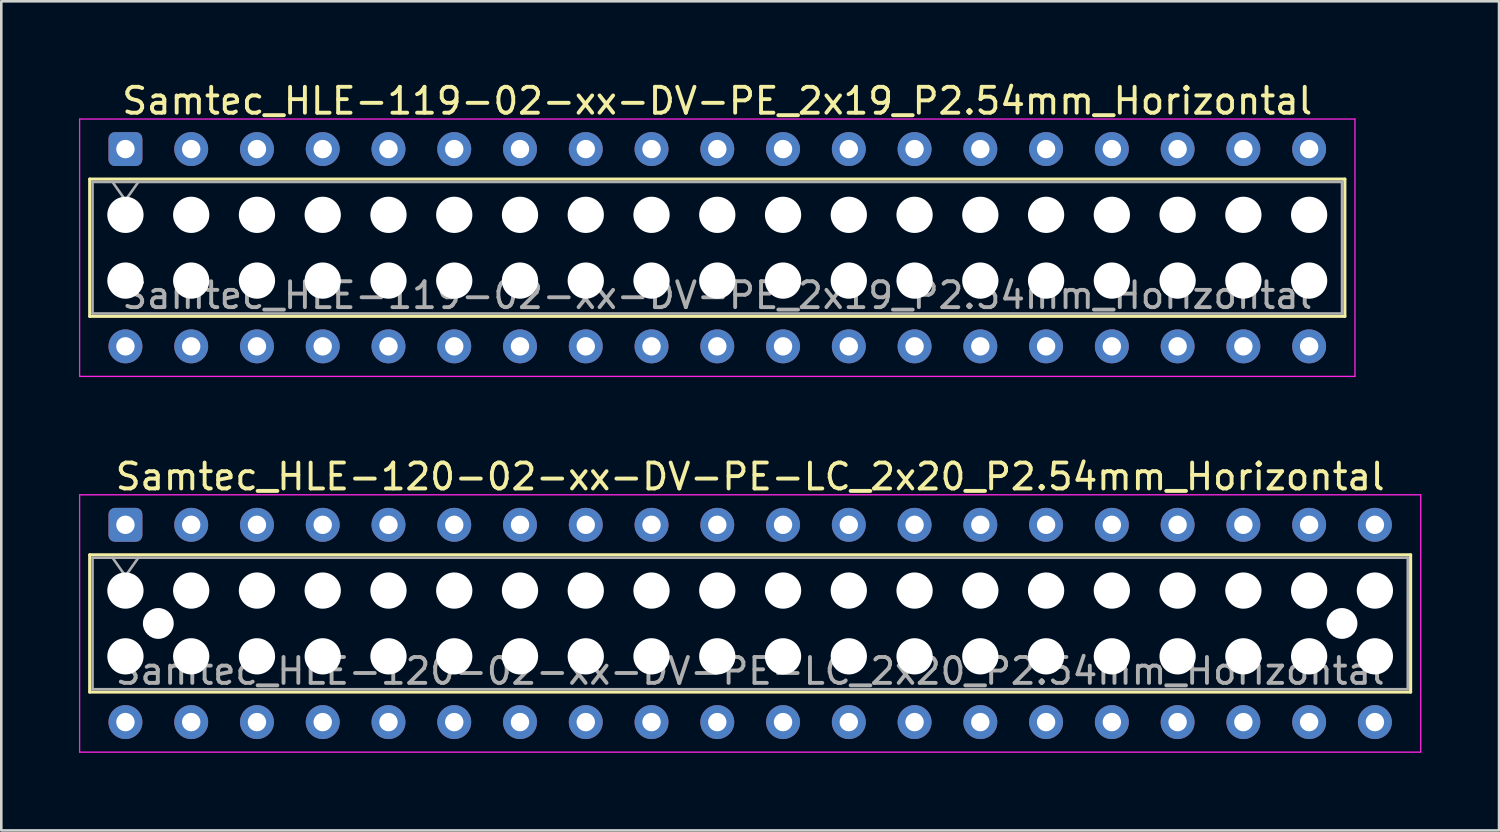
<source format=kicad_pcb>
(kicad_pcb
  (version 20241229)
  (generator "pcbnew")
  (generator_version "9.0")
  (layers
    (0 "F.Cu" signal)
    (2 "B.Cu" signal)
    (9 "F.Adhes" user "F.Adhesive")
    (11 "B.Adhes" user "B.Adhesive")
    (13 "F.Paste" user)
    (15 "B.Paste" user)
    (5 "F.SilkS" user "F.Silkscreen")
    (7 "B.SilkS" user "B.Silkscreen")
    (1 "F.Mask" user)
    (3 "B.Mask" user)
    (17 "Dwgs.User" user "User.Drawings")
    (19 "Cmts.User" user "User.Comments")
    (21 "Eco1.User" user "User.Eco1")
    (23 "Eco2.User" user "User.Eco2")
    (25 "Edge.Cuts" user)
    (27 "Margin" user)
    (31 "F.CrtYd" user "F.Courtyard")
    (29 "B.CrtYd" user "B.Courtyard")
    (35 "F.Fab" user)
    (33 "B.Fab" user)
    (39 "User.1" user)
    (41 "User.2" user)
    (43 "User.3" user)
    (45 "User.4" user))
  (footprint "Samtec_HLE-120-02-xx-DV-PE-LC_2x20_P2.54mm_Horizontal"
    (layer "F.Cu")
    (at 1.795 17.221)
    (property "Reference" "Samtec_HLE-120-02-xx-DV-PE-LC_2x20_P2.54mm_Horizontal" (at 24.13 -1.86 0) (layer "F.SilkS") (effects (font (size 1 1) (thickness 0.15))))
    (attr through_hole)
    (fp_line (start -1.38 1.16) (end 49.64 1.16) (stroke (width 0.12) (type solid)) (layer "F.SilkS"))
    (fp_line (start -1.38 6.46) (end -1.38 1.16) (stroke (width 0.12) (type solid)) (layer "F.SilkS"))
    (fp_line (start 49.64 1.16) (end 49.64 6.46) (stroke (width 0.12) (type solid)) (layer "F.SilkS"))
    (fp_line (start 49.64 6.46) (end -1.38 6.46) (stroke (width 0.12) (type solid)) (layer "F.SilkS"))
    (fp_line (start -1.77 -1.16) (end 50.03 -1.16) (stroke (width 0.05) (type solid)) (layer "F.CrtYd"))
    (fp_line (start -1.77 8.78) (end -1.77 -1.16) (stroke (width 0.05) (type solid)) (layer "F.CrtYd"))
    (fp_line (start 50.03 -1.16) (end 50.03 8.78) (stroke (width 0.05) (type solid)) (layer "F.CrtYd"))
    (fp_line (start 50.03 8.78) (end -1.77 8.78) (stroke (width 0.05) (type solid)) (layer "F.CrtYd"))
    (fp_line (start -1.27 1.27) (end 49.53 1.27) (stroke (width 0.1) (type solid)) (layer "F.Fab"))
    (fp_line (start -1.27 6.35) (end -1.27 1.27) (stroke (width 0.1) (type solid)) (layer "F.Fab"))
    (fp_line (start -0.5 1.27) (end 0 1.977) (stroke (width 0.1) (type solid)) (layer "F.Fab"))
    (fp_line (start 0 1.977) (end 0.5 1.27) (stroke (width 0.1) (type solid)) (layer "F.Fab"))
    (fp_line (start 49.53 1.27) (end 49.53 6.35) (stroke (width 0.1) (type solid)) (layer "F.Fab"))
    (fp_line (start 49.53 6.35) (end -1.27 6.35) (stroke (width 0.1) (type solid)) (layer "F.Fab"))
    (fp_text user "${REFERENCE}" (at 24.13 5.65 0) (layer "F.Fab") (effects (font (size 1 1) (thickness 0.15))))
    (pad "" np_thru_hole circle (at 0 2.54) (size 1.4 1.4) (drill 1.4) (layers "*.Cu" "*.Mask"))
    (pad "" np_thru_hole circle (at 0 5.08) (size 1.4 1.4) (drill 1.4) (layers "*.Cu" "*.Mask"))
    (pad "" np_thru_hole circle (at 1.27 3.81) (size 1.19 1.19) (drill 1.19) (layers "*.Cu" "*.Mask"))
    (pad "" np_thru_hole circle (at 2.54 2.54) (size 1.4 1.4) (drill 1.4) (layers "*.Cu" "*.Mask"))
    (pad "" np_thru_hole circle (at 2.54 5.08) (size 1.4 1.4) (drill 1.4) (layers "*.Cu" "*.Mask"))
    (pad "" np_thru_hole circle (at 5.08 2.54) (size 1.4 1.4) (drill 1.4) (layers "*.Cu" "*.Mask"))
    (pad "" np_thru_hole circle (at 5.08 5.08) (size 1.4 1.4) (drill 1.4) (layers "*.Cu" "*.Mask"))
    (pad "" np_thru_hole circle (at 7.62 2.54) (size 1.4 1.4) (drill 1.4) (layers "*.Cu" "*.Mask"))
    (pad "" np_thru_hole circle (at 7.62 5.08) (size 1.4 1.4) (drill 1.4) (layers "*.Cu" "*.Mask"))
    (pad "" np_thru_hole circle (at 10.16 2.54) (size 1.4 1.4) (drill 1.4) (layers "*.Cu" "*.Mask"))
    (pad "" np_thru_hole circle (at 10.16 5.08) (size 1.4 1.4) (drill 1.4) (layers "*.Cu" "*.Mask"))
    (pad "" np_thru_hole circle (at 12.7 2.54) (size 1.4 1.4) (drill 1.4) (layers "*.Cu" "*.Mask"))
    (pad "" np_thru_hole circle (at 12.7 5.08) (size 1.4 1.4) (drill 1.4) (layers "*.Cu" "*.Mask"))
    (pad "" np_thru_hole circle (at 15.24 2.54) (size 1.4 1.4) (drill 1.4) (layers "*.Cu" "*.Mask"))
    (pad "" np_thru_hole circle (at 15.24 5.08) (size 1.4 1.4) (drill 1.4) (layers "*.Cu" "*.Mask"))
    (pad "" np_thru_hole circle (at 17.78 2.54) (size 1.4 1.4) (drill 1.4) (layers "*.Cu" "*.Mask"))
    (pad "" np_thru_hole circle (at 17.78 5.08) (size 1.4 1.4) (drill 1.4) (layers "*.Cu" "*.Mask"))
    (pad "" np_thru_hole circle (at 20.32 2.54) (size 1.4 1.4) (drill 1.4) (layers "*.Cu" "*.Mask"))
    (pad "" np_thru_hole circle (at 20.32 5.08) (size 1.4 1.4) (drill 1.4) (layers "*.Cu" "*.Mask"))
    (pad "" np_thru_hole circle (at 22.86 2.54) (size 1.4 1.4) (drill 1.4) (layers "*.Cu" "*.Mask"))
    (pad "" np_thru_hole circle (at 22.86 5.08) (size 1.4 1.4) (drill 1.4) (layers "*.Cu" "*.Mask"))
    (pad "" np_thru_hole circle (at 25.4 2.54) (size 1.4 1.4) (drill 1.4) (layers "*.Cu" "*.Mask"))
    (pad "" np_thru_hole circle (at 25.4 5.08) (size 1.4 1.4) (drill 1.4) (layers "*.Cu" "*.Mask"))
    (pad "" np_thru_hole circle (at 27.94 2.54) (size 1.4 1.4) (drill 1.4) (layers "*.Cu" "*.Mask"))
    (pad "" np_thru_hole circle (at 27.94 5.08) (size 1.4 1.4) (drill 1.4) (layers "*.Cu" "*.Mask"))
    (pad "" np_thru_hole circle (at 30.48 2.54) (size 1.4 1.4) (drill 1.4) (layers "*.Cu" "*.Mask"))
    (pad "" np_thru_hole circle (at 30.48 5.08) (size 1.4 1.4) (drill 1.4) (layers "*.Cu" "*.Mask"))
    (pad "" np_thru_hole circle (at 33.02 2.54) (size 1.4 1.4) (drill 1.4) (layers "*.Cu" "*.Mask"))
    (pad "" np_thru_hole circle (at 33.02 5.08) (size 1.4 1.4) (drill 1.4) (layers "*.Cu" "*.Mask"))
    (pad "" np_thru_hole circle (at 35.56 2.54) (size 1.4 1.4) (drill 1.4) (layers "*.Cu" "*.Mask"))
    (pad "" np_thru_hole circle (at 35.56 5.08) (size 1.4 1.4) (drill 1.4) (layers "*.Cu" "*.Mask"))
    (pad "" np_thru_hole circle (at 38.1 2.54) (size 1.4 1.4) (drill 1.4) (layers "*.Cu" "*.Mask"))
    (pad "" np_thru_hole circle (at 38.1 5.08) (size 1.4 1.4) (drill 1.4) (layers "*.Cu" "*.Mask"))
    (pad "" np_thru_hole circle (at 40.64 2.54) (size 1.4 1.4) (drill 1.4) (layers "*.Cu" "*.Mask"))
    (pad "" np_thru_hole circle (at 40.64 5.08) (size 1.4 1.4) (drill 1.4) (layers "*.Cu" "*.Mask"))
    (pad "" np_thru_hole circle (at 43.18 2.54) (size 1.4 1.4) (drill 1.4) (layers "*.Cu" "*.Mask"))
    (pad "" np_thru_hole circle (at 43.18 5.08) (size 1.4 1.4) (drill 1.4) (layers "*.Cu" "*.Mask"))
    (pad "" np_thru_hole circle (at 45.72 2.54) (size 1.4 1.4) (drill 1.4) (layers "*.Cu" "*.Mask"))
    (pad "" np_thru_hole circle (at 45.72 5.08) (size 1.4 1.4) (drill 1.4) (layers "*.Cu" "*.Mask"))
    (pad "" np_thru_hole circle (at 46.99 3.81) (size 1.19 1.19) (drill 1.19) (layers "*.Cu" "*.Mask"))
    (pad "" np_thru_hole circle (at 48.26 2.54) (size 1.4 1.4) (drill 1.4) (layers "*.Cu" "*.Mask"))
    (pad "" np_thru_hole circle (at 48.26 5.08) (size 1.4 1.4) (drill 1.4) (layers "*.Cu" "*.Mask"))
    (pad "1" thru_hole roundrect (at 0 0) (size 1.31 1.31) (drill 0.71) (layers "*.Cu" "*.Mask") (roundrect_rratio 0.191))
    (pad "2" thru_hole circle (at 0 7.62) (size 1.31 1.31) (drill 0.71) (layers "*.Cu" "*.Mask"))
    (pad "3" thru_hole circle (at 2.54 0) (size 1.31 1.31) (drill 0.71) (layers "*.Cu" "*.Mask"))
    (pad "4" thru_hole circle (at 2.54 7.62) (size 1.31 1.31) (drill 0.71) (layers "*.Cu" "*.Mask"))
    (pad "5" thru_hole circle (at 5.08 0) (size 1.31 1.31) (drill 0.71) (layers "*.Cu" "*.Mask"))
    (pad "6" thru_hole circle (at 5.08 7.62) (size 1.31 1.31) (drill 0.71) (layers "*.Cu" "*.Mask"))
    (pad "7" thru_hole circle (at 7.62 0) (size 1.31 1.31) (drill 0.71) (layers "*.Cu" "*.Mask"))
    (pad "8" thru_hole circle (at 7.62 7.62) (size 1.31 1.31) (drill 0.71) (layers "*.Cu" "*.Mask"))
    (pad "9" thru_hole circle (at 10.16 0) (size 1.31 1.31) (drill 0.71) (layers "*.Cu" "*.Mask"))
    (pad "10" thru_hole circle (at 10.16 7.62) (size 1.31 1.31) (drill 0.71) (layers "*.Cu" "*.Mask"))
    (pad "11" thru_hole circle (at 12.7 0) (size 1.31 1.31) (drill 0.71) (layers "*.Cu" "*.Mask"))
    (pad "12" thru_hole circle (at 12.7 7.62) (size 1.31 1.31) (drill 0.71) (layers "*.Cu" "*.Mask"))
    (pad "13" thru_hole circle (at 15.24 0) (size 1.31 1.31) (drill 0.71) (layers "*.Cu" "*.Mask"))
    (pad "14" thru_hole circle (at 15.24 7.62) (size 1.31 1.31) (drill 0.71) (layers "*.Cu" "*.Mask"))
    (pad "15" thru_hole circle (at 17.78 0) (size 1.31 1.31) (drill 0.71) (layers "*.Cu" "*.Mask"))
    (pad "16" thru_hole circle (at 17.78 7.62) (size 1.31 1.31) (drill 0.71) (layers "*.Cu" "*.Mask"))
    (pad "17" thru_hole circle (at 20.32 0) (size 1.31 1.31) (drill 0.71) (layers "*.Cu" "*.Mask"))
    (pad "18" thru_hole circle (at 20.32 7.62) (size 1.31 1.31) (drill 0.71) (layers "*.Cu" "*.Mask"))
    (pad "19" thru_hole circle (at 22.86 0) (size 1.31 1.31) (drill 0.71) (layers "*.Cu" "*.Mask"))
    (pad "20" thru_hole circle (at 22.86 7.62) (size 1.31 1.31) (drill 0.71) (layers "*.Cu" "*.Mask"))
    (pad "21" thru_hole circle (at 25.4 0) (size 1.31 1.31) (drill 0.71) (layers "*.Cu" "*.Mask"))
    (pad "22" thru_hole circle (at 25.4 7.62) (size 1.31 1.31) (drill 0.71) (layers "*.Cu" "*.Mask"))
    (pad "23" thru_hole circle (at 27.94 0) (size 1.31 1.31) (drill 0.71) (layers "*.Cu" "*.Mask"))
    (pad "24" thru_hole circle (at 27.94 7.62) (size 1.31 1.31) (drill 0.71) (layers "*.Cu" "*.Mask"))
    (pad "25" thru_hole circle (at 30.48 0) (size 1.31 1.31) (drill 0.71) (layers "*.Cu" "*.Mask"))
    (pad "26" thru_hole circle (at 30.48 7.62) (size 1.31 1.31) (drill 0.71) (layers "*.Cu" "*.Mask"))
    (pad "27" thru_hole circle (at 33.02 0) (size 1.31 1.31) (drill 0.71) (layers "*.Cu" "*.Mask"))
    (pad "28" thru_hole circle (at 33.02 7.62) (size 1.31 1.31) (drill 0.71) (layers "*.Cu" "*.Mask"))
    (pad "29" thru_hole circle (at 35.56 0) (size 1.31 1.31) (drill 0.71) (layers "*.Cu" "*.Mask"))
    (pad "30" thru_hole circle (at 35.56 7.62) (size 1.31 1.31) (drill 0.71) (layers "*.Cu" "*.Mask"))
    (pad "31" thru_hole circle (at 38.1 0) (size 1.31 1.31) (drill 0.71) (layers "*.Cu" "*.Mask"))
    (pad "32" thru_hole circle (at 38.1 7.62) (size 1.31 1.31) (drill 0.71) (layers "*.Cu" "*.Mask"))
    (pad "33" thru_hole circle (at 40.64 0) (size 1.31 1.31) (drill 0.71) (layers "*.Cu" "*.Mask"))
    (pad "34" thru_hole circle (at 40.64 7.62) (size 1.31 1.31) (drill 0.71) (layers "*.Cu" "*.Mask"))
    (pad "35" thru_hole circle (at 43.18 0) (size 1.31 1.31) (drill 0.71) (layers "*.Cu" "*.Mask"))
    (pad "36" thru_hole circle (at 43.18 7.62) (size 1.31 1.31) (drill 0.71) (layers "*.Cu" "*.Mask"))
    (pad "37" thru_hole circle (at 45.72 0) (size 1.31 1.31) (drill 0.71) (layers "*.Cu" "*.Mask"))
    (pad "38" thru_hole circle (at 45.72 7.62) (size 1.31 1.31) (drill 0.71) (layers "*.Cu" "*.Mask"))
    (pad "39" thru_hole circle (at 48.26 0) (size 1.31 1.31) (drill 0.71) (layers "*.Cu" "*.Mask"))
    (pad "40" thru_hole circle (at 48.26 7.62) (size 1.31 1.31) (drill 0.71) (layers "*.Cu" "*.Mask")))
  (footprint "Samtec_HLE-119-02-xx-DV-PE_2x19_P2.54mm_Horizontal"
    (layer "F.Cu")
    (at 1.795 2.708)
    (property "Reference" "Samtec_HLE-119-02-xx-DV-PE_2x19_P2.54mm_Horizontal" (at 22.86 -1.86 0) (layer "F.SilkS") (effects (font (size 1 1) (thickness 0.15))))
    (attr through_hole)
    (fp_line (start -1.38 1.16) (end 47.1 1.16) (stroke (width 0.12) (type solid)) (layer "F.SilkS"))
    (fp_line (start -1.38 6.46) (end -1.38 1.16) (stroke (width 0.12) (type solid)) (layer "F.SilkS"))
    (fp_line (start 47.1 1.16) (end 47.1 6.46) (stroke (width 0.12) (type solid)) (layer "F.SilkS"))
    (fp_line (start 47.1 6.46) (end -1.38 6.46) (stroke (width 0.12) (type solid)) (layer "F.SilkS"))
    (fp_line (start -1.77 -1.16) (end 47.49 -1.16) (stroke (width 0.05) (type solid)) (layer "F.CrtYd"))
    (fp_line (start -1.77 8.78) (end -1.77 -1.16) (stroke (width 0.05) (type solid)) (layer "F.CrtYd"))
    (fp_line (start 47.49 -1.16) (end 47.49 8.78) (stroke (width 0.05) (type solid)) (layer "F.CrtYd"))
    (fp_line (start 47.49 8.78) (end -1.77 8.78) (stroke (width 0.05) (type solid)) (layer "F.CrtYd"))
    (fp_line (start -1.27 1.27) (end 46.99 1.27) (stroke (width 0.1) (type solid)) (layer "F.Fab"))
    (fp_line (start -1.27 6.35) (end -1.27 1.27) (stroke (width 0.1) (type solid)) (layer "F.Fab"))
    (fp_line (start -0.5 1.27) (end 0 1.977) (stroke (width 0.1) (type solid)) (layer "F.Fab"))
    (fp_line (start 0 1.977) (end 0.5 1.27) (stroke (width 0.1) (type solid)) (layer "F.Fab"))
    (fp_line (start 46.99 1.27) (end 46.99 6.35) (stroke (width 0.1) (type solid)) (layer "F.Fab"))
    (fp_line (start 46.99 6.35) (end -1.27 6.35) (stroke (width 0.1) (type solid)) (layer "F.Fab"))
    (fp_text user "${REFERENCE}" (at 22.86 5.65 0) (layer "F.Fab") (effects (font (size 1 1) (thickness 0.15))))
    (pad "" np_thru_hole circle (at 0 2.54) (size 1.4 1.4) (drill 1.4) (layers "*.Cu" "*.Mask"))
    (pad "" np_thru_hole circle (at 0 5.08) (size 1.4 1.4) (drill 1.4) (layers "*.Cu" "*.Mask"))
    (pad "" np_thru_hole circle (at 2.54 2.54) (size 1.4 1.4) (drill 1.4) (layers "*.Cu" "*.Mask"))
    (pad "" np_thru_hole circle (at 2.54 5.08) (size 1.4 1.4) (drill 1.4) (layers "*.Cu" "*.Mask"))
    (pad "" np_thru_hole circle (at 5.08 2.54) (size 1.4 1.4) (drill 1.4) (layers "*.Cu" "*.Mask"))
    (pad "" np_thru_hole circle (at 5.08 5.08) (size 1.4 1.4) (drill 1.4) (layers "*.Cu" "*.Mask"))
    (pad "" np_thru_hole circle (at 7.62 2.54) (size 1.4 1.4) (drill 1.4) (layers "*.Cu" "*.Mask"))
    (pad "" np_thru_hole circle (at 7.62 5.08) (size 1.4 1.4) (drill 1.4) (layers "*.Cu" "*.Mask"))
    (pad "" np_thru_hole circle (at 10.16 2.54) (size 1.4 1.4) (drill 1.4) (layers "*.Cu" "*.Mask"))
    (pad "" np_thru_hole circle (at 10.16 5.08) (size 1.4 1.4) (drill 1.4) (layers "*.Cu" "*.Mask"))
    (pad "" np_thru_hole circle (at 12.7 2.54) (size 1.4 1.4) (drill 1.4) (layers "*.Cu" "*.Mask"))
    (pad "" np_thru_hole circle (at 12.7 5.08) (size 1.4 1.4) (drill 1.4) (layers "*.Cu" "*.Mask"))
    (pad "" np_thru_hole circle (at 15.24 2.54) (size 1.4 1.4) (drill 1.4) (layers "*.Cu" "*.Mask"))
    (pad "" np_thru_hole circle (at 15.24 5.08) (size 1.4 1.4) (drill 1.4) (layers "*.Cu" "*.Mask"))
    (pad "" np_thru_hole circle (at 17.78 2.54) (size 1.4 1.4) (drill 1.4) (layers "*.Cu" "*.Mask"))
    (pad "" np_thru_hole circle (at 17.78 5.08) (size 1.4 1.4) (drill 1.4) (layers "*.Cu" "*.Mask"))
    (pad "" np_thru_hole circle (at 20.32 2.54) (size 1.4 1.4) (drill 1.4) (layers "*.Cu" "*.Mask"))
    (pad "" np_thru_hole circle (at 20.32 5.08) (size 1.4 1.4) (drill 1.4) (layers "*.Cu" "*.Mask"))
    (pad "" np_thru_hole circle (at 22.86 2.54) (size 1.4 1.4) (drill 1.4) (layers "*.Cu" "*.Mask"))
    (pad "" np_thru_hole circle (at 22.86 5.08) (size 1.4 1.4) (drill 1.4) (layers "*.Cu" "*.Mask"))
    (pad "" np_thru_hole circle (at 25.4 2.54) (size 1.4 1.4) (drill 1.4) (layers "*.Cu" "*.Mask"))
    (pad "" np_thru_hole circle (at 25.4 5.08) (size 1.4 1.4) (drill 1.4) (layers "*.Cu" "*.Mask"))
    (pad "" np_thru_hole circle (at 27.94 2.54) (size 1.4 1.4) (drill 1.4) (layers "*.Cu" "*.Mask"))
    (pad "" np_thru_hole circle (at 27.94 5.08) (size 1.4 1.4) (drill 1.4) (layers "*.Cu" "*.Mask"))
    (pad "" np_thru_hole circle (at 30.48 2.54) (size 1.4 1.4) (drill 1.4) (layers "*.Cu" "*.Mask"))
    (pad "" np_thru_hole circle (at 30.48 5.08) (size 1.4 1.4) (drill 1.4) (layers "*.Cu" "*.Mask"))
    (pad "" np_thru_hole circle (at 33.02 2.54) (size 1.4 1.4) (drill 1.4) (layers "*.Cu" "*.Mask"))
    (pad "" np_thru_hole circle (at 33.02 5.08) (size 1.4 1.4) (drill 1.4) (layers "*.Cu" "*.Mask"))
    (pad "" np_thru_hole circle (at 35.56 2.54) (size 1.4 1.4) (drill 1.4) (layers "*.Cu" "*.Mask"))
    (pad "" np_thru_hole circle (at 35.56 5.08) (size 1.4 1.4) (drill 1.4) (layers "*.Cu" "*.Mask"))
    (pad "" np_thru_hole circle (at 38.1 2.54) (size 1.4 1.4) (drill 1.4) (layers "*.Cu" "*.Mask"))
    (pad "" np_thru_hole circle (at 38.1 5.08) (size 1.4 1.4) (drill 1.4) (layers "*.Cu" "*.Mask"))
    (pad "" np_thru_hole circle (at 40.64 2.54) (size 1.4 1.4) (drill 1.4) (layers "*.Cu" "*.Mask"))
    (pad "" np_thru_hole circle (at 40.64 5.08) (size 1.4 1.4) (drill 1.4) (layers "*.Cu" "*.Mask"))
    (pad "" np_thru_hole circle (at 43.18 2.54) (size 1.4 1.4) (drill 1.4) (layers "*.Cu" "*.Mask"))
    (pad "" np_thru_hole circle (at 43.18 5.08) (size 1.4 1.4) (drill 1.4) (layers "*.Cu" "*.Mask"))
    (pad "" np_thru_hole circle (at 45.72 2.54) (size 1.4 1.4) (drill 1.4) (layers "*.Cu" "*.Mask"))
    (pad "" np_thru_hole circle (at 45.72 5.08) (size 1.4 1.4) (drill 1.4) (layers "*.Cu" "*.Mask"))
    (pad "1" thru_hole roundrect (at 0 0) (size 1.31 1.31) (drill 0.71) (layers "*.Cu" "*.Mask") (roundrect_rratio 0.191))
    (pad "2" thru_hole circle (at 0 7.62) (size 1.31 1.31) (drill 0.71) (layers "*.Cu" "*.Mask"))
    (pad "3" thru_hole circle (at 2.54 0) (size 1.31 1.31) (drill 0.71) (layers "*.Cu" "*.Mask"))
    (pad "4" thru_hole circle (at 2.54 7.62) (size 1.31 1.31) (drill 0.71) (layers "*.Cu" "*.Mask"))
    (pad "5" thru_hole circle (at 5.08 0) (size 1.31 1.31) (drill 0.71) (layers "*.Cu" "*.Mask"))
    (pad "6" thru_hole circle (at 5.08 7.62) (size 1.31 1.31) (drill 0.71) (layers "*.Cu" "*.Mask"))
    (pad "7" thru_hole circle (at 7.62 0) (size 1.31 1.31) (drill 0.71) (layers "*.Cu" "*.Mask"))
    (pad "8" thru_hole circle (at 7.62 7.62) (size 1.31 1.31) (drill 0.71) (layers "*.Cu" "*.Mask"))
    (pad "9" thru_hole circle (at 10.16 0) (size 1.31 1.31) (drill 0.71) (layers "*.Cu" "*.Mask"))
    (pad "10" thru_hole circle (at 10.16 7.62) (size 1.31 1.31) (drill 0.71) (layers "*.Cu" "*.Mask"))
    (pad "11" thru_hole circle (at 12.7 0) (size 1.31 1.31) (drill 0.71) (layers "*.Cu" "*.Mask"))
    (pad "12" thru_hole circle (at 12.7 7.62) (size 1.31 1.31) (drill 0.71) (layers "*.Cu" "*.Mask"))
    (pad "13" thru_hole circle (at 15.24 0) (size 1.31 1.31) (drill 0.71) (layers "*.Cu" "*.Mask"))
    (pad "14" thru_hole circle (at 15.24 7.62) (size 1.31 1.31) (drill 0.71) (layers "*.Cu" "*.Mask"))
    (pad "15" thru_hole circle (at 17.78 0) (size 1.31 1.31) (drill 0.71) (layers "*.Cu" "*.Mask"))
    (pad "16" thru_hole circle (at 17.78 7.62) (size 1.31 1.31) (drill 0.71) (layers "*.Cu" "*.Mask"))
    (pad "17" thru_hole circle (at 20.32 0) (size 1.31 1.31) (drill 0.71) (layers "*.Cu" "*.Mask"))
    (pad "18" thru_hole circle (at 20.32 7.62) (size 1.31 1.31) (drill 0.71) (layers "*.Cu" "*.Mask"))
    (pad "19" thru_hole circle (at 22.86 0) (size 1.31 1.31) (drill 0.71) (layers "*.Cu" "*.Mask"))
    (pad "20" thru_hole circle (at 22.86 7.62) (size 1.31 1.31) (drill 0.71) (layers "*.Cu" "*.Mask"))
    (pad "21" thru_hole circle (at 25.4 0) (size 1.31 1.31) (drill 0.71) (layers "*.Cu" "*.Mask"))
    (pad "22" thru_hole circle (at 25.4 7.62) (size 1.31 1.31) (drill 0.71) (layers "*.Cu" "*.Mask"))
    (pad "23" thru_hole circle (at 27.94 0) (size 1.31 1.31) (drill 0.71) (layers "*.Cu" "*.Mask"))
    (pad "24" thru_hole circle (at 27.94 7.62) (size 1.31 1.31) (drill 0.71) (layers "*.Cu" "*.Mask"))
    (pad "25" thru_hole circle (at 30.48 0) (size 1.31 1.31) (drill 0.71) (layers "*.Cu" "*.Mask"))
    (pad "26" thru_hole circle (at 30.48 7.62) (size 1.31 1.31) (drill 0.71) (layers "*.Cu" "*.Mask"))
    (pad "27" thru_hole circle (at 33.02 0) (size 1.31 1.31) (drill 0.71) (layers "*.Cu" "*.Mask"))
    (pad "28" thru_hole circle (at 33.02 7.62) (size 1.31 1.31) (drill 0.71) (layers "*.Cu" "*.Mask"))
    (pad "29" thru_hole circle (at 35.56 0) (size 1.31 1.31) (drill 0.71) (layers "*.Cu" "*.Mask"))
    (pad "30" thru_hole circle (at 35.56 7.62) (size 1.31 1.31) (drill 0.71) (layers "*.Cu" "*.Mask"))
    (pad "31" thru_hole circle (at 38.1 0) (size 1.31 1.31) (drill 0.71) (layers "*.Cu" "*.Mask"))
    (pad "32" thru_hole circle (at 38.1 7.62) (size 1.31 1.31) (drill 0.71) (layers "*.Cu" "*.Mask"))
    (pad "33" thru_hole circle (at 40.64 0) (size 1.31 1.31) (drill 0.71) (layers "*.Cu" "*.Mask"))
    (pad "34" thru_hole circle (at 40.64 7.62) (size 1.31 1.31) (drill 0.71) (layers "*.Cu" "*.Mask"))
    (pad "35" thru_hole circle (at 43.18 0) (size 1.31 1.31) (drill 0.71) (layers "*.Cu" "*.Mask"))
    (pad "36" thru_hole circle (at 43.18 7.62) (size 1.31 1.31) (drill 0.71) (layers "*.Cu" "*.Mask"))
    (pad "37" thru_hole circle (at 45.72 0) (size 1.31 1.31) (drill 0.71) (layers "*.Cu" "*.Mask"))
    (pad "38" thru_hole circle (at 45.72 7.62) (size 1.31 1.31) (drill 0.71) (layers "*.Cu" "*.Mask")))
  (gr_rect
    (start -3 -3)
    (end 54.85 29.026)
    (stroke (width 0.1) (type default))
    (fill no)
    (layer "Edge.Cuts")))
</source>
